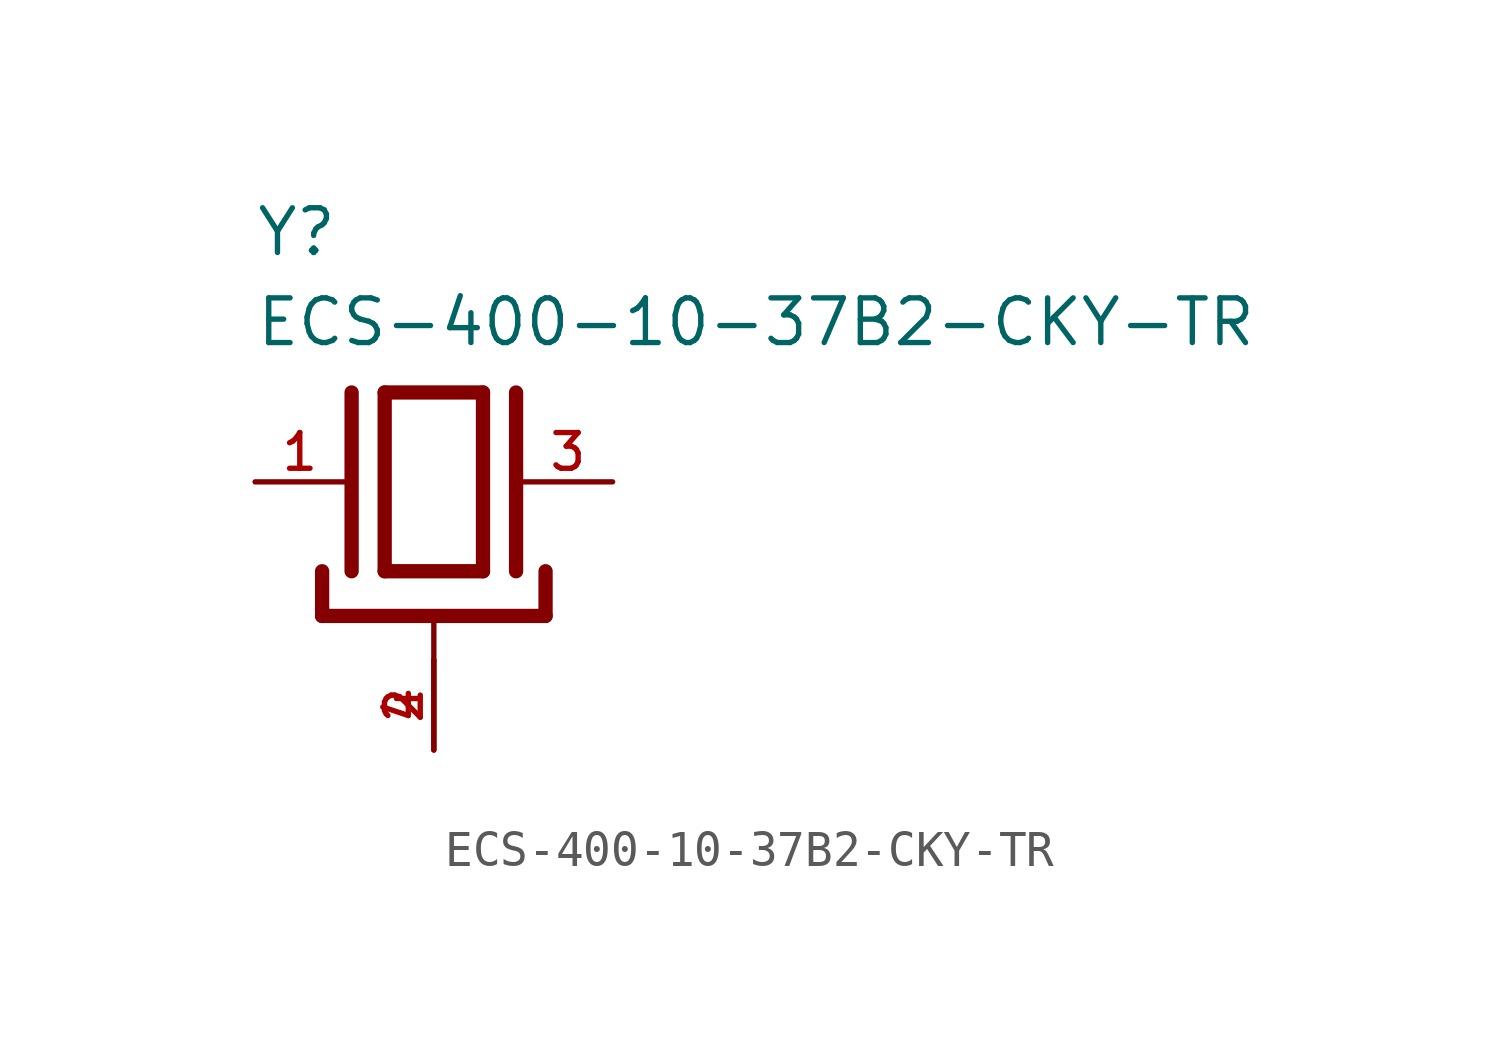
<source format=kicad_sym>
(kicad_symbol_lib
  (version 20211014)
  (generator kicad_symbol_editor)
  (symbol "ECS-400-10-37B2-CKY-TR"
    (pin_names
      (offset 1.016))
    (property "Reference" "Y"
      (at -5.088 6.356 0)
      (effects (font (size 1.27 1.27)) (justify bottom left)))
    (property "Value" "ECS-400-10-37B2-CKY-TR"
      (at -5.094 3.796 0)
      (effects (font (size 1.27 1.27)) (justify bottom left)))
    (symbol "ECS-400-10-37B2-CKY-TR_0_0"
      (polyline (pts (xy -1.397 2.54) (xy 1.397 2.54)) (stroke (width 0.406)))
      (polyline (pts (xy 1.397 2.54) (xy 1.397 -2.54)) (stroke (width 0.406)))
      (polyline (pts (xy 1.397 -2.54) (xy -1.397 -2.54)) (stroke (width 0.406)))
      (polyline (pts (xy -1.397 2.54) (xy -1.397 -2.54)) (stroke (width 0.406)))
      (polyline (pts (xy 2.337 2.54) (xy 2.337 -2.54)) (stroke (width 0.406)))
      (polyline (pts (xy -2.337 2.54) (xy -2.337 -2.54)) (stroke (width 0.406)))
      (polyline (pts (xy -3.175 -2.54) (xy -3.175 -3.81)) (stroke (width 0.406)))
      (polyline (pts (xy -3.175 -3.81) (xy 3.175 -3.81)) (stroke (width 0.406)))
      (polyline (pts (xy 3.175 -3.81) (xy 3.175 -2.54)) (stroke (width 0.406)))
      (polyline (pts (xy 0.0 -5.08) (xy 0.0 -3.81)) (stroke (width 0.152)))
      (pin passive line (at 5.08 0.0 180.0) (length 2.54) (name "~" (effects (font (size 1.016 1.016)))) (number "3" (effects (font (size 1.016 1.016)))))
      (pin passive line (at -5.08 0.0 0) (length 2.54) (name "~" (effects (font (size 1.016 1.016)))) (number "1" (effects (font (size 1.016 1.016)))))
      (pin power_in line (at 0.0 -7.62 90.0) (length 2.54) (name "~" (effects (font (size 1.016 1.016)))) (number "2" (effects (font (size 1.016 1.016)))))
      (pin power_in line (at 0.0 -7.62 90.0) (length 2.54) (name "~" (effects (font (size 1.016 1.016)))) (number "4" (effects (font (size 1.016 1.016))))))))
</source>
